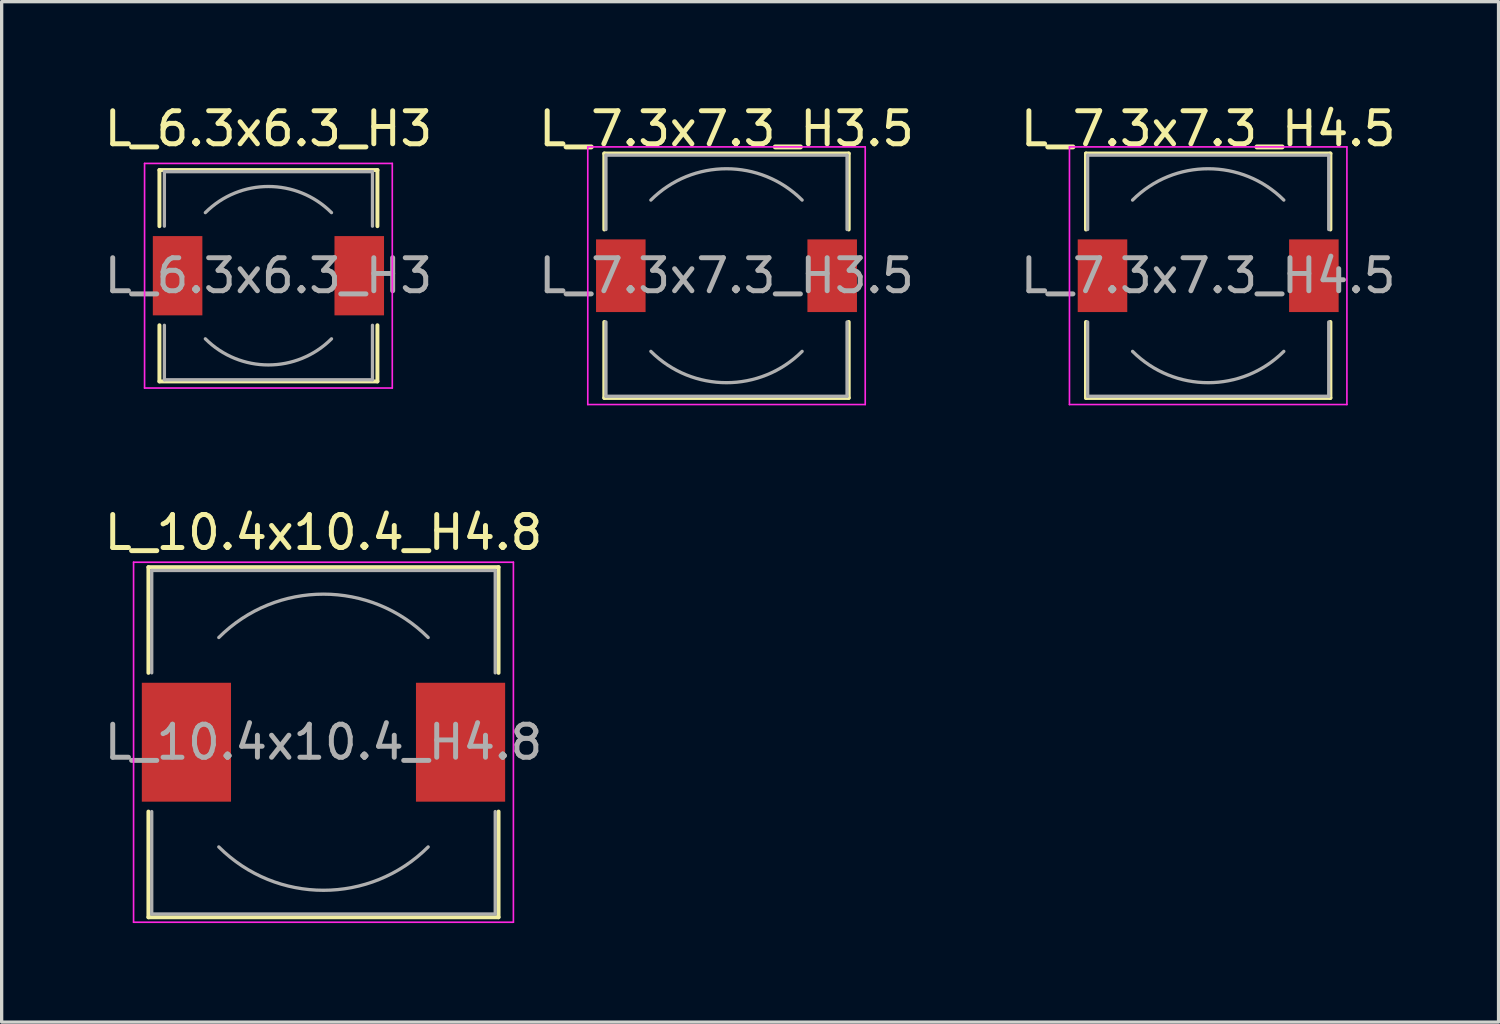
<source format=kicad_pcb>
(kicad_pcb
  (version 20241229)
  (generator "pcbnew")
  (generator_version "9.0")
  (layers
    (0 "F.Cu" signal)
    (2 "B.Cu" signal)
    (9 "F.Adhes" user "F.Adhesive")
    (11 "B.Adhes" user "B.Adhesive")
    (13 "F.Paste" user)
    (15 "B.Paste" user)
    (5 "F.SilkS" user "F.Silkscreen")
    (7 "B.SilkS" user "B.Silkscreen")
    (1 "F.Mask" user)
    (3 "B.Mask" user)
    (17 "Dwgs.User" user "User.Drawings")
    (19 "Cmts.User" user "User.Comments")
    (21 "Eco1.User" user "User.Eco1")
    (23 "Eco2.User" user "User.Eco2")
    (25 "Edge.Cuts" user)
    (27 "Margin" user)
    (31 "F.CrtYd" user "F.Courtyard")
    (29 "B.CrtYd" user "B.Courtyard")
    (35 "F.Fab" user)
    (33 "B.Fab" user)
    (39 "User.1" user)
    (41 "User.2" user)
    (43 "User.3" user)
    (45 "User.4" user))
  (footprint "L_6.3x6.3_H3"
    (layer "F.Cu")
    (at 5.077 5.298)
    (property "Reference" "L_6.3x6.3_H3" (at 0 -4.45 0) (layer "F.SilkS") (effects (font (size 1 1) (thickness 0.15))))
    (attr smd)
    (fp_line (start -3.3 -3.2) (end 3.3 -3.2) (stroke (width 0.12) (type solid)) (layer "F.SilkS"))
    (fp_line (start -3.3 -1.5) (end -3.3 -3.2) (stroke (width 0.12) (type solid)) (layer "F.SilkS"))
    (fp_line (start -3.3 3.2) (end -3.3 1.5) (stroke (width 0.12) (type solid)) (layer "F.SilkS"))
    (fp_line (start 3.3 -3.2) (end 3.3 -1.5) (stroke (width 0.12) (type solid)) (layer "F.SilkS"))
    (fp_line (start 3.3 1.5) (end 3.3 3.2) (stroke (width 0.12) (type solid)) (layer "F.SilkS"))
    (fp_line (start 3.3 3.2) (end -3.3 3.2) (stroke (width 0.12) (type solid)) (layer "F.SilkS"))
    (fp_line (start -3.75 -3.4) (end -3.75 3.4) (stroke (width 0.05) (type solid)) (layer "F.CrtYd"))
    (fp_line (start -3.75 3.4) (end 3.75 3.4) (stroke (width 0.05) (type solid)) (layer "F.CrtYd"))
    (fp_line (start 3.75 -3.4) (end -3.75 -3.4) (stroke (width 0.05) (type solid)) (layer "F.CrtYd"))
    (fp_line (start 3.75 3.4) (end 3.75 -3.4) (stroke (width 0.05) (type solid)) (layer "F.CrtYd"))
    (fp_line (start -3.15 -3.15) (end -3.15 -1.5) (stroke (width 0.1) (type solid)) (layer "F.Fab"))
    (fp_line (start -3.15 -3.15) (end 3.15 -3.15) (stroke (width 0.1) (type solid)) (layer "F.Fab"))
    (fp_line (start -3.15 3.15) (end -3.15 1.5) (stroke (width 0.1) (type solid)) (layer "F.Fab"))
    (fp_line (start -3.15 3.15) (end 3.15 3.15) (stroke (width 0.1) (type solid)) (layer "F.Fab"))
    (fp_line (start 3.15 -3.15) (end 3.15 -1.5) (stroke (width 0.1) (type solid)) (layer "F.Fab"))
    (fp_line (start 3.15 3.15) (end 3.15 1.5) (stroke (width 0.1) (type solid)) (layer "F.Fab"))
    (fp_arc (start -1.91 -1.91) (mid 0 -2.701148) (end 1.91 -1.91) (stroke (width 0.1) (type solid)) (layer "F.Fab"))
    (fp_arc (start 1.91 1.91) (mid 0 2.701148) (end -1.91 1.91) (stroke (width 0.1) (type solid)) (layer "F.Fab"))
    (fp_text user "${REFERENCE}" (at 0 0 0) (layer "F.Fab") (effects (font (size 1 1) (thickness 0.15))))
    (pad "1" smd rect (at -2.75 0) (size 1.5 2.4) (layers "F.Cu" "F.Mask" "F.Paste"))
    (pad "2" smd rect (at 2.75 0) (size 1.5 2.4) (layers "F.Cu" "F.Mask" "F.Paste")))
  (footprint "L_10.4x10.4_H4.8"
    (layer "F.Cu")
    (at 6.744 19.422)
    (property "Reference" "L_10.4x10.4_H4.8" (at 0 -6.35 0) (layer "F.SilkS") (effects (font (size 1 1) (thickness 0.15))))
    (attr smd)
    (fp_line (start -5.3 -5.3) (end 5.3 -5.3) (stroke (width 0.12) (type solid)) (layer "F.SilkS"))
    (fp_line (start -5.3 -2.1) (end -5.3 -5.3) (stroke (width 0.12) (type solid)) (layer "F.SilkS"))
    (fp_line (start -5.3 5.3) (end -5.3 2.1) (stroke (width 0.12) (type solid)) (layer "F.SilkS"))
    (fp_line (start 5.3 -5.3) (end 5.3 -2.1) (stroke (width 0.12) (type solid)) (layer "F.SilkS"))
    (fp_line (start 5.3 2.1) (end 5.3 5.3) (stroke (width 0.12) (type solid)) (layer "F.SilkS"))
    (fp_line (start 5.3 5.3) (end -5.3 5.3) (stroke (width 0.12) (type solid)) (layer "F.SilkS"))
    (fp_line (start -5.75 -5.45) (end -5.75 5.45) (stroke (width 0.05) (type solid)) (layer "F.CrtYd"))
    (fp_line (start -5.75 5.45) (end 5.75 5.45) (stroke (width 0.05) (type solid)) (layer "F.CrtYd"))
    (fp_line (start 5.75 -5.45) (end -5.75 -5.45) (stroke (width 0.05) (type solid)) (layer "F.CrtYd"))
    (fp_line (start 5.75 5.45) (end 5.75 -5.45) (stroke (width 0.05) (type solid)) (layer "F.CrtYd"))
    (fp_line (start -5.2 -5.2) (end -5.2 -2.1) (stroke (width 0.1) (type solid)) (layer "F.Fab"))
    (fp_line (start -5.2 -5.2) (end 5.2 -5.2) (stroke (width 0.1) (type solid)) (layer "F.Fab"))
    (fp_line (start -5.2 5.2) (end -5.2 2.1) (stroke (width 0.1) (type solid)) (layer "F.Fab"))
    (fp_line (start -5.2 5.2) (end 5.2 5.2) (stroke (width 0.1) (type solid)) (layer "F.Fab"))
    (fp_line (start 5.2 -5.2) (end 5.2 -2.1) (stroke (width 0.1) (type solid)) (layer "F.Fab"))
    (fp_line (start 5.2 5.2) (end 5.2 2.1) (stroke (width 0.1) (type solid)) (layer "F.Fab"))
    (fp_arc (start -3.17 -3.17) (mid 0 -4.483057) (end 3.17 -3.17) (stroke (width 0.1) (type solid)) (layer "F.Fab"))
    (fp_arc (start 3.17 3.17) (mid 0 4.483057) (end -3.17 3.17) (stroke (width 0.1) (type solid)) (layer "F.Fab"))
    (fp_text user "${REFERENCE}" (at 0 0 0) (layer "F.Fab") (effects (font (size 1 1) (thickness 0.15))))
    (pad "1" smd rect (at -4.15 0) (size 2.7 3.6) (layers "F.Cu" "F.Mask" "F.Paste"))
    (pad "2" smd rect (at 4.15 0) (size 2.7 3.6) (layers "F.Cu" "F.Mask" "F.Paste")))
  (footprint "L_7.3x7.3_H4.5"
    (layer "F.Cu")
    (at 33.53 5.298)
    (property "Reference" "L_7.3x7.3_H4.5" (at 0 -4.45 0) (layer "F.SilkS") (effects (font (size 1 1) (thickness 0.15))))
    (attr smd)
    (fp_line (start -3.7 -3.7) (end 3.7 -3.7) (stroke (width 0.12) (type solid)) (layer "F.SilkS"))
    (fp_line (start -3.7 -1.4) (end -3.7 -3.7) (stroke (width 0.12) (type solid)) (layer "F.SilkS"))
    (fp_line (start -3.7 3.7) (end -3.7 1.4) (stroke (width 0.12) (type solid)) (layer "F.SilkS"))
    (fp_line (start 3.7 -3.7) (end 3.7 -1.4) (stroke (width 0.12) (type solid)) (layer "F.SilkS"))
    (fp_line (start 3.7 1.4) (end 3.7 3.7) (stroke (width 0.12) (type solid)) (layer "F.SilkS"))
    (fp_line (start 3.7 3.7) (end -3.7 3.7) (stroke (width 0.12) (type solid)) (layer "F.SilkS"))
    (fp_line (start -4.2 -3.9) (end -4.2 3.9) (stroke (width 0.05) (type solid)) (layer "F.CrtYd"))
    (fp_line (start -4.2 3.9) (end 4.2 3.9) (stroke (width 0.05) (type solid)) (layer "F.CrtYd"))
    (fp_line (start 4.2 -3.9) (end -4.2 -3.9) (stroke (width 0.05) (type solid)) (layer "F.CrtYd"))
    (fp_line (start 4.2 3.9) (end 4.2 -3.9) (stroke (width 0.05) (type solid)) (layer "F.CrtYd"))
    (fp_line (start -3.65 -3.65) (end -3.65 -1.4) (stroke (width 0.1) (type solid)) (layer "F.Fab"))
    (fp_line (start -3.65 -3.65) (end 3.65 -3.65) (stroke (width 0.1) (type solid)) (layer "F.Fab"))
    (fp_line (start -3.65 3.65) (end -3.65 1.4) (stroke (width 0.1) (type solid)) (layer "F.Fab"))
    (fp_line (start 3.65 -3.65) (end 3.65 -1.4) (stroke (width 0.1) (type solid)) (layer "F.Fab"))
    (fp_line (start 3.65 3.65) (end -3.65 3.65) (stroke (width 0.1) (type solid)) (layer "F.Fab"))
    (fp_line (start 3.65 3.65) (end 3.65 1.4) (stroke (width 0.1) (type solid)) (layer "F.Fab"))
    (fp_arc (start -2.29 -2.29) (mid 0 -3.238549) (end 2.29 -2.29) (stroke (width 0.1) (type solid)) (layer "F.Fab"))
    (fp_arc (start 2.29 2.29) (mid 0 3.238549) (end -2.29 2.29) (stroke (width 0.1) (type solid)) (layer "F.Fab"))
    (fp_text user "${REFERENCE}" (at 0 0 0) (layer "F.Fab") (effects (font (size 1 1) (thickness 0.15))))
    (pad "1" smd rect (at -3.2 0) (size 1.5 2.2) (layers "F.Cu" "F.Mask" "F.Paste"))
    (pad "2" smd rect (at 3.2 0) (size 1.5 2.2) (layers "F.Cu" "F.Mask" "F.Paste")))
  (footprint "L_7.3x7.3_H3.5"
    (layer "F.Cu")
    (at 18.946 5.298)
    (property "Reference" "L_7.3x7.3_H3.5" (at 0 -4.45 0) (layer "F.SilkS") (effects (font (size 1 1) (thickness 0.15))))
    (attr smd)
    (fp_line (start -3.7 -3.7) (end 3.7 -3.7) (stroke (width 0.12) (type solid)) (layer "F.SilkS"))
    (fp_line (start -3.7 -1.4) (end -3.7 -3.7) (stroke (width 0.12) (type solid)) (layer "F.SilkS"))
    (fp_line (start -3.7 3.7) (end -3.7 1.4) (stroke (width 0.12) (type solid)) (layer "F.SilkS"))
    (fp_line (start 3.7 -3.7) (end 3.7 -1.4) (stroke (width 0.12) (type solid)) (layer "F.SilkS"))
    (fp_line (start 3.7 1.4) (end 3.7 3.7) (stroke (width 0.12) (type solid)) (layer "F.SilkS"))
    (fp_line (start 3.7 3.7) (end -3.7 3.7) (stroke (width 0.12) (type solid)) (layer "F.SilkS"))
    (fp_line (start -4.2 -3.9) (end -4.2 3.9) (stroke (width 0.05) (type solid)) (layer "F.CrtYd"))
    (fp_line (start -4.2 3.9) (end 4.2 3.9) (stroke (width 0.05) (type solid)) (layer "F.CrtYd"))
    (fp_line (start 4.2 -3.9) (end -4.2 -3.9) (stroke (width 0.05) (type solid)) (layer "F.CrtYd"))
    (fp_line (start 4.2 3.9) (end 4.2 -3.9) (stroke (width 0.05) (type solid)) (layer "F.CrtYd"))
    (fp_line (start -3.65 -3.65) (end -3.65 -1.4) (stroke (width 0.1) (type solid)) (layer "F.Fab"))
    (fp_line (start -3.65 -3.65) (end 3.65 -3.65) (stroke (width 0.1) (type solid)) (layer "F.Fab"))
    (fp_line (start -3.65 3.65) (end -3.65 1.4) (stroke (width 0.1) (type solid)) (layer "F.Fab"))
    (fp_line (start 3.65 -3.65) (end 3.65 -1.4) (stroke (width 0.1) (type solid)) (layer "F.Fab"))
    (fp_line (start 3.65 3.65) (end -3.65 3.65) (stroke (width 0.1) (type solid)) (layer "F.Fab"))
    (fp_line (start 3.65 3.65) (end 3.65 1.4) (stroke (width 0.1) (type solid)) (layer "F.Fab"))
    (fp_arc (start -2.29 -2.29) (mid 0 -3.238549) (end 2.29 -2.29) (stroke (width 0.1) (type solid)) (layer "F.Fab"))
    (fp_arc (start 2.29 2.29) (mid 0 3.238549) (end -2.29 2.29) (stroke (width 0.1) (type solid)) (layer "F.Fab"))
    (fp_text user "${REFERENCE}" (at 0 0 0) (layer "F.Fab") (effects (font (size 1 1) (thickness 0.15))))
    (pad "1" smd rect (at -3.2 0) (size 1.5 2.2) (layers "F.Cu" "F.Mask" "F.Paste"))
    (pad "2" smd rect (at 3.2 0) (size 1.5 2.2) (layers "F.Cu" "F.Mask" "F.Paste")))
  (gr_rect
    (start -3 -3)
    (end 42.321 27.896)
    (stroke (width 0.1) (type default))
    (fill no)
    (layer "Edge.Cuts")))
</source>
